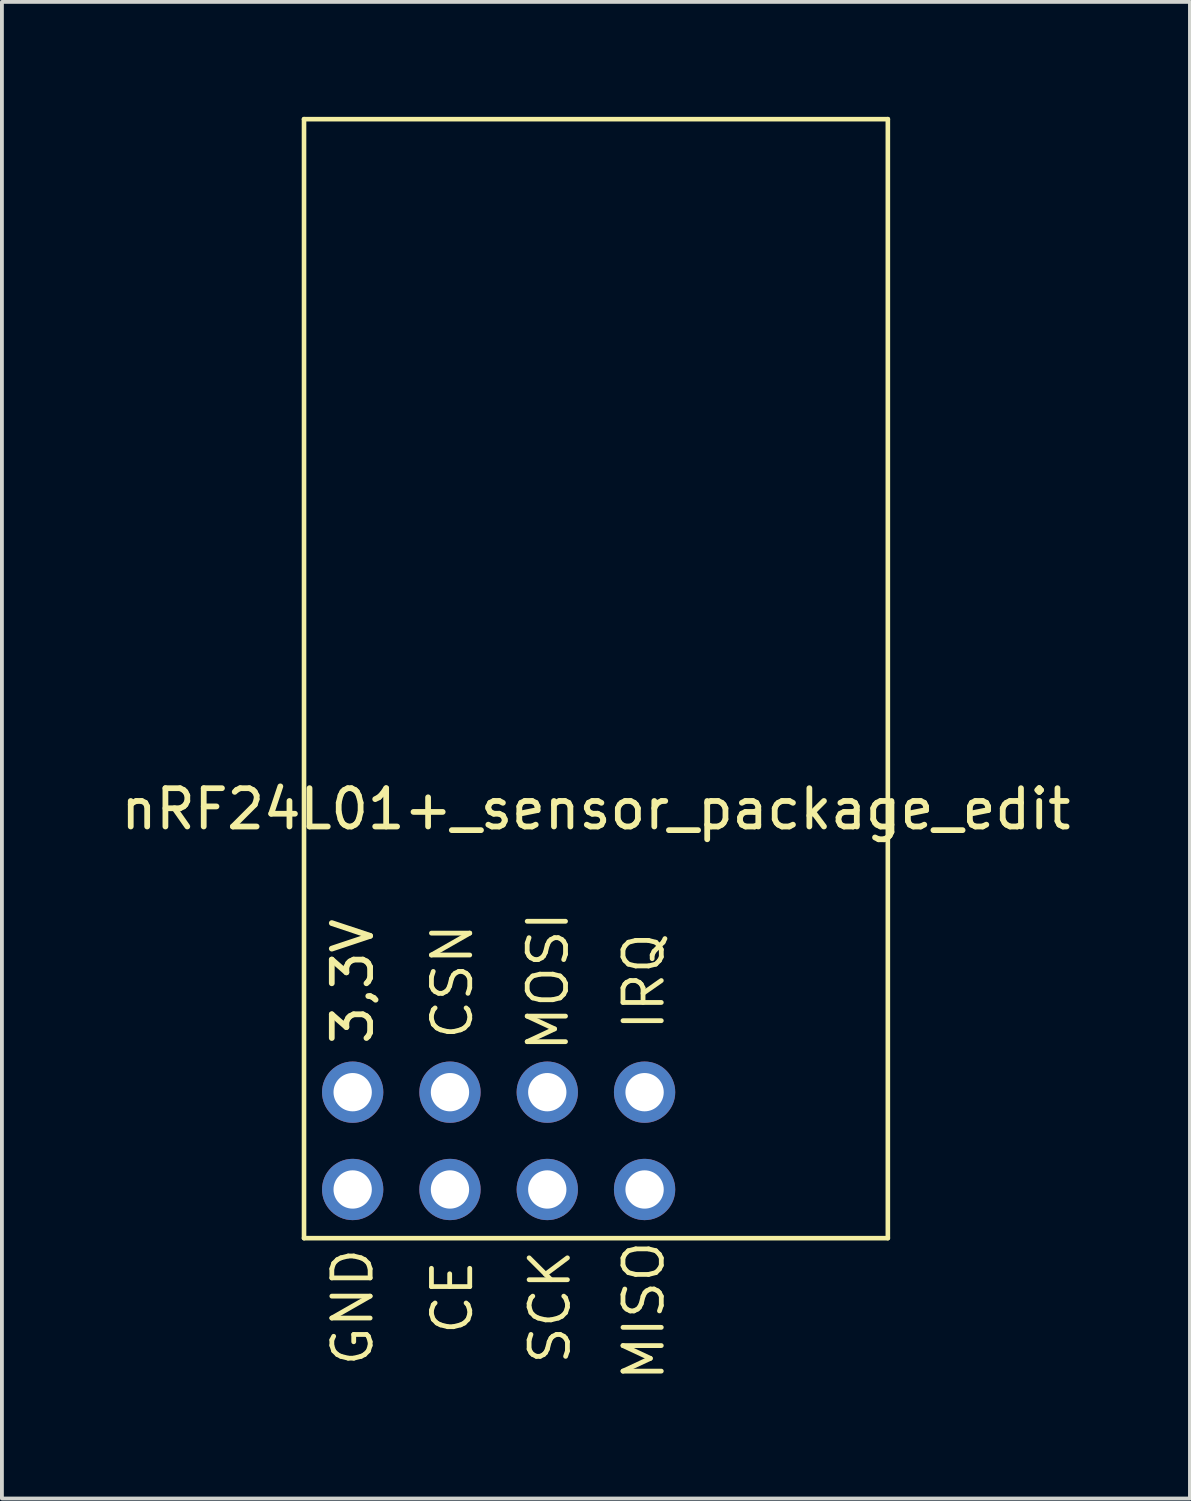
<source format=kicad_pcb>
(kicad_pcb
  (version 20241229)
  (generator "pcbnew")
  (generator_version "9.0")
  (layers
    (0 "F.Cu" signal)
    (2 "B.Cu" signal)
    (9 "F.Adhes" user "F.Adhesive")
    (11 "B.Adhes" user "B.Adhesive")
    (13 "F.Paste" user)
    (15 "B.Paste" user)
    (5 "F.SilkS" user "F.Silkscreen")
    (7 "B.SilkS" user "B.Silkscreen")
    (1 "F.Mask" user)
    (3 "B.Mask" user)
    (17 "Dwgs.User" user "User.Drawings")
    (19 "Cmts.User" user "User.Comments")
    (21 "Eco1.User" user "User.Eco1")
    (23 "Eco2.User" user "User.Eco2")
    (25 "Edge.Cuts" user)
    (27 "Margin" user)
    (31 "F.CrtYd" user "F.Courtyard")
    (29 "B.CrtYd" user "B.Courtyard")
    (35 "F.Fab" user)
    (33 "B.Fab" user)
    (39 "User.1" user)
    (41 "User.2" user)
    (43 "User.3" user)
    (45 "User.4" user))
  (footprint "nRF24L01+_sensor_package_edit"
    (layer "F.Cu")
    (at 12.506 16.57)
    (property "Reference" "nRF24L01+_sensor_package_edit" (at 0 1.5 0) (layer "F.SilkS") (effects (font (size 1 1) (thickness 0.15))))
    (attr through_hole)
    (fp_line (start -7.62 -16.51) (end -7.62 12.7) (stroke (width 0.12) (type solid)) (layer "F.SilkS"))
    (fp_line (start -7.62 12.7) (end 7.62 12.7) (stroke (width 0.12) (type solid)) (layer "F.SilkS"))
    (fp_line (start 7.62 -16.51) (end -7.62 -16.51) (stroke (width 0.12) (type solid)) (layer "F.SilkS"))
    (fp_line (start 7.62 12.7) (end 7.62 -16.51) (stroke (width 0.12) (type solid)) (layer "F.SilkS"))
    (fp_text user "GND" (at -6.35 14.5 90) (layer "F.SilkS") (effects (font (size 1 1) (thickness 0.125))))
    (fp_text user "3,3V" (at -6.35 6 90) (layer "F.SilkS") (effects (font (size 1 1) (thickness 0.15))))
    (fp_text user "CSN" (at -3.75 6 90) (layer "F.SilkS") (effects (font (size 1 1) (thickness 0.125))))
    (fp_text user "CE" (at -3.75 14.25 90) (layer "F.SilkS") (effects (font (size 1 1) (thickness 0.125))))
    (fp_text user "MOSI" (at -1.25 6 90) (layer "F.SilkS") (effects (font (size 1 1) (thickness 0.125))))
    (fp_text user "MISO" (at 1.25 14.6 90) (layer "F.SilkS") (effects (font (size 1 1) (thickness 0.125))))
    (fp_text user "IRQ" (at 1.25 6 90) (layer "F.SilkS") (effects (font (size 1 1) (thickness 0.125))))
    (fp_text user "SCK" (at -1.2 14.5 90) (layer "F.SilkS") (effects (font (size 1 1) (thickness 0.125))))
    (pad "1" thru_hole circle (at -6.35 8.89) (size 1.6 1.6) (drill 1) (layers "*.Cu" "*.Mask"))
    (pad "2" thru_hole circle (at -3.81 8.89) (size 1.6 1.6) (drill 1) (layers "*.Cu" "*.Mask"))
    (pad "3" thru_hole circle (at -1.27 8.89) (size 1.6 1.6) (drill 1) (layers "*.Cu" "*.Mask"))
    (pad "4" thru_hole circle (at 1.27 8.89) (size 1.6 1.6) (drill 1) (layers "*.Cu" "*.Mask"))
    (pad "5" thru_hole circle (at -6.35 11.43) (size 1.6 1.6) (drill 1) (layers "*.Cu" "*.Mask"))
    (pad "6" thru_hole circle (at -3.81 11.43) (size 1.6 1.6) (drill 1) (layers "*.Cu" "*.Mask"))
    (pad "7" thru_hole circle (at -1.27 11.43) (size 1.6 1.6) (drill 1) (layers "*.Cu" "*.Mask"))
    (pad "8" thru_hole circle (at 1.27 11.43) (size 1.6 1.6) (drill 1) (layers "*.Cu" "*.Mask")))
  (gr_rect
    (start -3 -3)
    (end 28.012 36.067)
    (stroke (width 0.1) (type default))
    (fill no)
    (layer "Edge.Cuts")))
</source>
